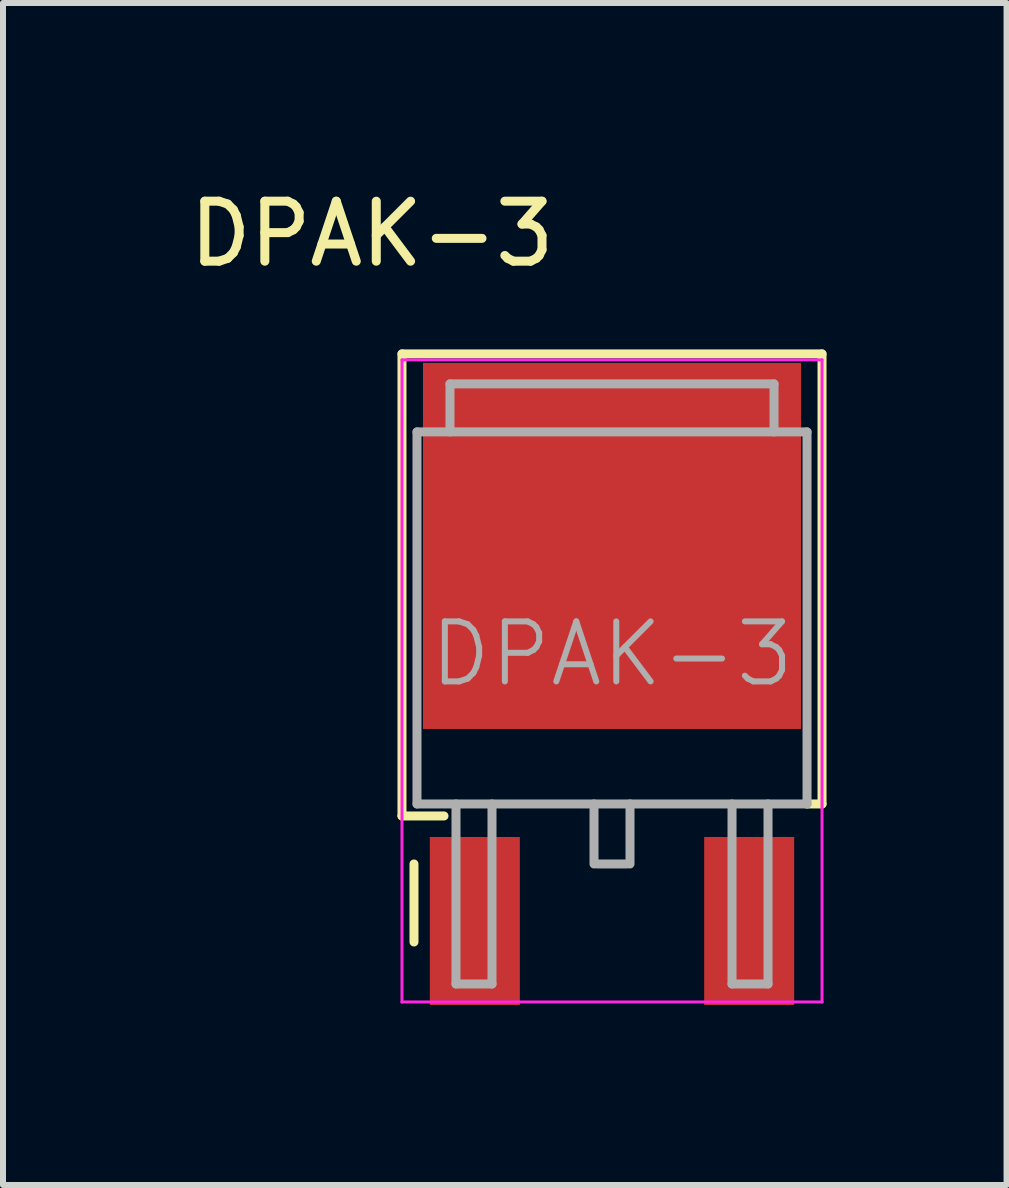
<source format=kicad_pcb>
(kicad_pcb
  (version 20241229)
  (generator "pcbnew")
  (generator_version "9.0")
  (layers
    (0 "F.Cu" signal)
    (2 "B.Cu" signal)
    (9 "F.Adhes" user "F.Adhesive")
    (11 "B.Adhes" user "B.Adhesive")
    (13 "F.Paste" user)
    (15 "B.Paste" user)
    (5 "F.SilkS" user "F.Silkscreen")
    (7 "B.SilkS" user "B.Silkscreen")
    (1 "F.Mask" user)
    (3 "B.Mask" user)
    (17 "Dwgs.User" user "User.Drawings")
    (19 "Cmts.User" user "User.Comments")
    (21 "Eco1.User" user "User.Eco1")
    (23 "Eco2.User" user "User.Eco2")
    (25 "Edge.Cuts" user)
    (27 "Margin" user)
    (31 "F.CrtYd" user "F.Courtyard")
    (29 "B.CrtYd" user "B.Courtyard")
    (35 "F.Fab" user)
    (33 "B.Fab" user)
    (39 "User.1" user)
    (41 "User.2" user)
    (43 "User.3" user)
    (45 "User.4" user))
  (footprint "DPAK-3"
    (layer "F.Cu")
    (at 7.149 8.348)
    (property "Reference" "DPAK-3" (at -4 -7.5 180) (layer "F.SilkS") (effects (font (size 1 1) (thickness 0.15))))
    (attr smd)
    (fp_line (start -3.5 -5.5) (end -3.5 2.2) (stroke (width 0.15) (type solid)) (layer "F.SilkS"))
    (fp_line (start -3.5 -5.5) (end 3.5 -5.5) (stroke (width 0.15) (type solid)) (layer "F.SilkS"))
    (fp_line (start -3.5 2.2) (end -2.8 2.2) (stroke (width 0.15) (type solid)) (layer "F.SilkS"))
    (fp_line (start -3.3 3) (end -3.3 4.3) (stroke (width 0.15) (type solid)) (layer "F.SilkS"))
    (fp_line (start 3.5 -5.5) (end 3.5 2) (stroke (width 0.15) (type solid)) (layer "F.SilkS"))
    (fp_line (start 3.5 2) (end 3.25 2) (stroke (width 0.15) (type solid)) (layer "F.SilkS"))
    (fp_line (start -3.5 -5.4) (end -3.5 5.3) (stroke (width 0.05) (type solid)) (layer "F.CrtYd"))
    (fp_line (start -3.5 -5.4) (end 3.5 -5.4) (stroke (width 0.05) (type solid)) (layer "F.CrtYd"))
    (fp_line (start -3.5 5.3) (end 3.5 5.3) (stroke (width 0.05) (type solid)) (layer "F.CrtYd"))
    (fp_line (start 3.5 -5.4) (end 3.5 5.3) (stroke (width 0.05) (type solid)) (layer "F.CrtYd"))
    (fp_line (start -3.25 -4.2) (end -3.25 2) (stroke (width 0.15) (type solid)) (layer "F.Fab"))
    (fp_line (start -3.25 2) (end 3.25 2) (stroke (width 0.15) (type solid)) (layer "F.Fab"))
    (fp_line (start -2.7 -5) (end -2.7 -4.2) (stroke (width 0.15) (type solid)) (layer "F.Fab"))
    (fp_line (start -2.7 -5) (end 2.7 -5) (stroke (width 0.15) (type solid)) (layer "F.Fab"))
    (fp_line (start -2.6 2) (end -2.6 5) (stroke (width 0.15) (type solid)) (layer "F.Fab"))
    (fp_line (start -2.6 5) (end -2 5) (stroke (width 0.15) (type solid)) (layer "F.Fab"))
    (fp_line (start -2 2) (end -2 5) (stroke (width 0.15) (type solid)) (layer "F.Fab"))
    (fp_line (start -0.3 2) (end -0.3 3) (stroke (width 0.15) (type solid)) (layer "F.Fab"))
    (fp_line (start -0.25 3) (end 0.25 3) (stroke (width 0.15) (type solid)) (layer "F.Fab"))
    (fp_line (start 0.3 3) (end 0.3 2) (stroke (width 0.15) (type solid)) (layer "F.Fab"))
    (fp_line (start 2 2) (end 2 5) (stroke (width 0.15) (type solid)) (layer "F.Fab"))
    (fp_line (start 2 5) (end 2.6 5) (stroke (width 0.15) (type solid)) (layer "F.Fab"))
    (fp_line (start 2.6 5) (end 2.6 2) (stroke (width 0.15) (type solid)) (layer "F.Fab"))
    (fp_line (start 2.7 -5) (end 2.7 -4.2) (stroke (width 0.15) (type solid)) (layer "F.Fab"))
    (fp_line (start 3.25 -4.2) (end -3.25 -4.2) (stroke (width 0.15) (type solid)) (layer "F.Fab"))
    (fp_line (start 3.25 2) (end 3.25 -4.2) (stroke (width 0.15) (type solid)) (layer "F.Fab"))
    (fp_text user "${REFERENCE}" (at 0 -0.5 0) (layer "F.Fab") (effects (font (size 1 1) (thickness 0.1))))
    (pad "GND" smd rect (at 0 -2.3) (size 6.3 6.1) (layers "F.Cu" "F.Mask" "F.Paste"))
    (pad "VI" smd rect (at -2.286 3.95) (size 1.5 2.8) (layers "F.Cu" "F.Mask" "F.Paste"))
    (pad "VO" smd rect (at 2.286 3.95) (size 1.5 2.8) (layers "F.Cu" "F.Mask" "F.Paste")))
  (gr_rect
    (start -3 -3)
    (end 13.724 16.698)
    (stroke (width 0.1) (type default))
    (fill no)
    (layer "Edge.Cuts")))
</source>
